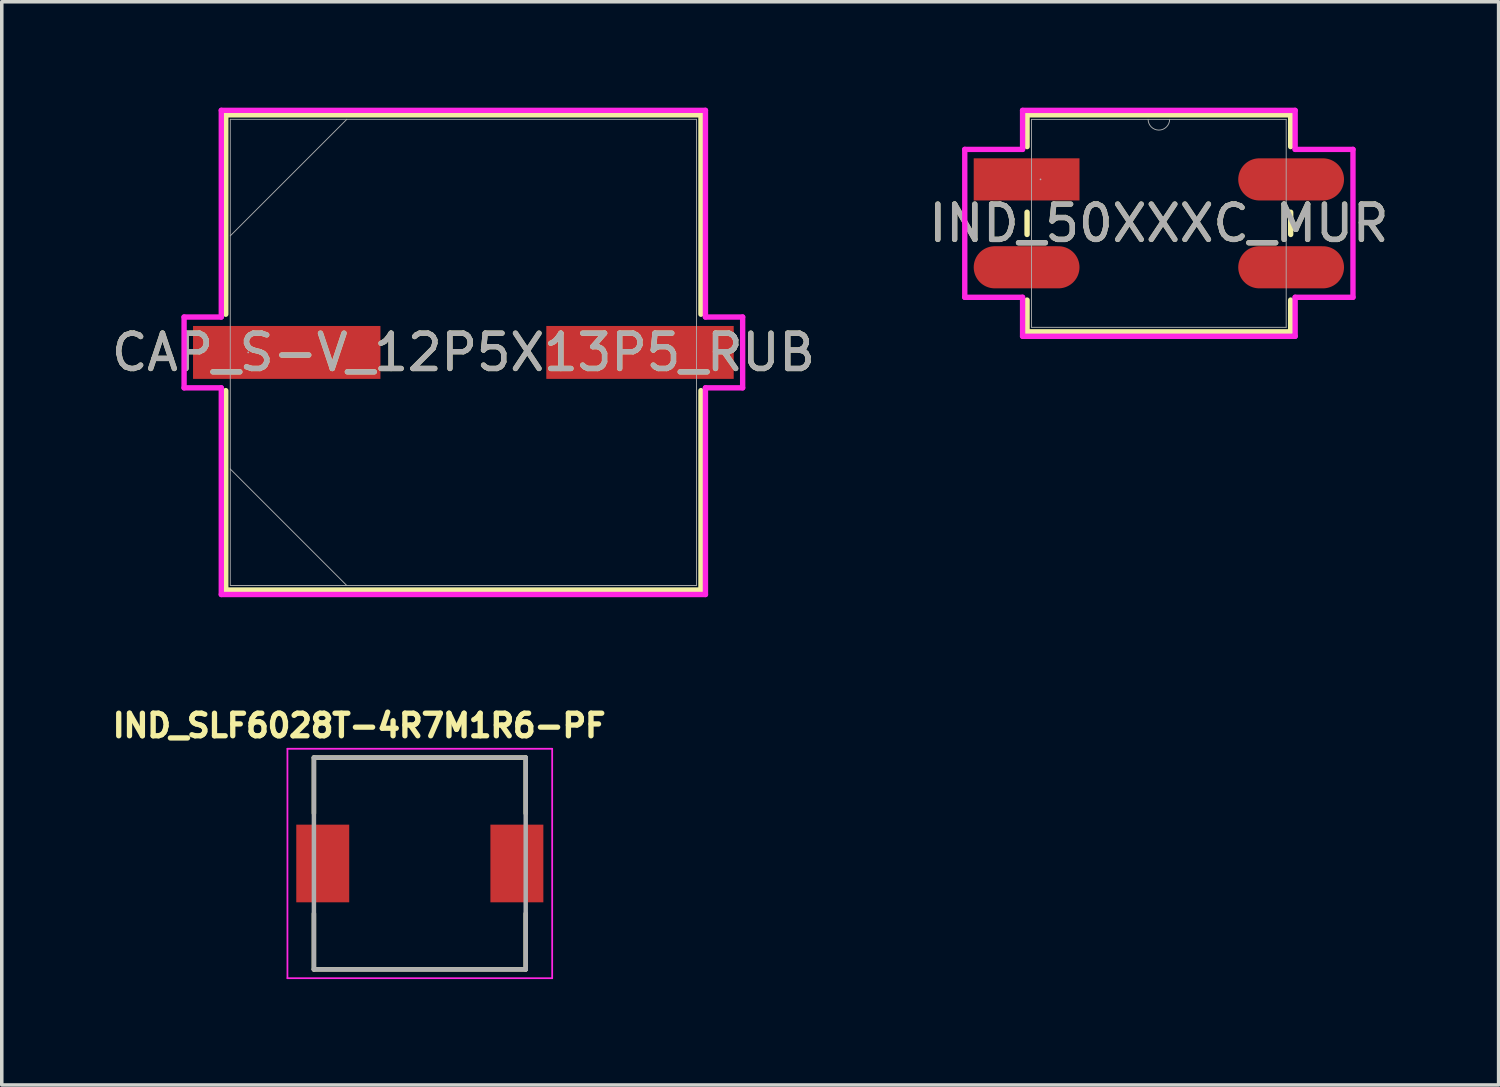
<source format=kicad_pcb>
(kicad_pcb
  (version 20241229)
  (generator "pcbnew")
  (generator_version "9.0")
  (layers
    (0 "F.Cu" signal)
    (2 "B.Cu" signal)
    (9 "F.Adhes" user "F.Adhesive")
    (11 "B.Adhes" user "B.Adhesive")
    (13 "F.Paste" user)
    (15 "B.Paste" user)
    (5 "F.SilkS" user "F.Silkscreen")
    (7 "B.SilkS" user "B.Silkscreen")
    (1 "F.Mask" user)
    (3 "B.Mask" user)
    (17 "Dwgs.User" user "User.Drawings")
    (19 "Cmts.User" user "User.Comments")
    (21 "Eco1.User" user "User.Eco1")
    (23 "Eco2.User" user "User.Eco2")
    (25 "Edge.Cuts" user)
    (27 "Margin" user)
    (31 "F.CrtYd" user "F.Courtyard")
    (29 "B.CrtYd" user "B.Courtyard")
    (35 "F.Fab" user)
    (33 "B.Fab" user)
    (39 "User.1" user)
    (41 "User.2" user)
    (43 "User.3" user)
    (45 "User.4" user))
  (footprint "CAP_S-V_12P5X13P5_RUB"
    (layer "F.Cu")
    (at 10.077 6.934)
    (property "Reference" "CAP_S-V_12P5X13P5_RUB" (at 0 0 0) (unlocked yes) (layer "F.SilkS") (effects (font (size 1 1) (thickness 0.15))))
    (attr smd)
    (fp_line (start -6.731 -6.731) (end -6.731 -1.082) (stroke (width 0.152) (type solid)) (layer "F.SilkS"))
    (fp_line (start -6.731 1.082) (end -6.731 6.731) (stroke (width 0.152) (type solid)) (layer "F.SilkS"))
    (fp_line (start -6.731 6.731) (end 6.731 6.731) (stroke (width 0.152) (type solid)) (layer "F.SilkS"))
    (fp_line (start 6.731 -6.731) (end -6.731 -6.731) (stroke (width 0.152) (type solid)) (layer "F.SilkS"))
    (fp_line (start 6.731 -1.082) (end 6.731 -6.731) (stroke (width 0.152) (type solid)) (layer "F.SilkS"))
    (fp_line (start 6.731 6.731) (end 6.731 1.082) (stroke (width 0.152) (type solid)) (layer "F.SilkS"))
    (fp_line (start -7.912 -1.003) (end -6.858 -1.003) (stroke (width 0.152) (type solid)) (layer "F.CrtYd"))
    (fp_line (start -7.912 1.003) (end -7.912 -1.003) (stroke (width 0.152) (type solid)) (layer "F.CrtYd"))
    (fp_line (start -6.858 -6.858) (end 6.858 -6.858) (stroke (width 0.152) (type solid)) (layer "F.CrtYd"))
    (fp_line (start -6.858 -1.003) (end -6.858 -6.858) (stroke (width 0.152) (type solid)) (layer "F.CrtYd"))
    (fp_line (start -6.858 1.003) (end -7.912 1.003) (stroke (width 0.152) (type solid)) (layer "F.CrtYd"))
    (fp_line (start -6.858 6.858) (end -6.858 1.003) (stroke (width 0.152) (type solid)) (layer "F.CrtYd"))
    (fp_line (start 6.858 -6.858) (end 6.858 -1.003) (stroke (width 0.152) (type solid)) (layer "F.CrtYd"))
    (fp_line (start 6.858 -1.003) (end 7.912 -1.003) (stroke (width 0.152) (type solid)) (layer "F.CrtYd"))
    (fp_line (start 6.858 1.003) (end 6.858 6.858) (stroke (width 0.152) (type solid)) (layer "F.CrtYd"))
    (fp_line (start 6.858 6.858) (end -6.858 6.858) (stroke (width 0.152) (type solid)) (layer "F.CrtYd"))
    (fp_line (start 7.912 -1.003) (end 7.912 1.003) (stroke (width 0.152) (type solid)) (layer "F.CrtYd"))
    (fp_line (start 7.912 1.003) (end 6.858 1.003) (stroke (width 0.152) (type solid)) (layer "F.CrtYd"))
    (fp_line (start -6.604 -6.604) (end -6.604 6.604) (stroke (width 0.025) (type solid)) (layer "F.Fab"))
    (fp_line (start -6.604 -3.302) (end -3.302 -6.604) (stroke (width 0.025) (type solid)) (layer "F.Fab"))
    (fp_line (start -6.604 3.302) (end -3.302 6.604) (stroke (width 0.025) (type solid)) (layer "F.Fab"))
    (fp_line (start -6.604 6.604) (end 6.604 6.604) (stroke (width 0.025) (type solid)) (layer "F.Fab"))
    (fp_line (start 6.604 -6.604) (end -6.604 -6.604) (stroke (width 0.025) (type solid)) (layer "F.Fab"))
    (fp_line (start 6.604 6.604) (end 6.604 -6.604) (stroke (width 0.025) (type solid)) (layer "F.Fab"))
    (fp_circle (center -6.096 0) (end -6.096 0) (stroke (width 0.025) (type solid)) (fill no) (layer "F.Fab"))
    (fp_text user "${REFERENCE}" (at 0 0 0) (unlocked yes) (layer "F.Fab") (effects (font (size 1 1) (thickness 0.15))))
    (pad "1" smd rect (at -5.004 0) (size 5.309 1.499) (layers "F.Cu" "F.Mask" "F.Paste"))
    (pad "2" smd rect (at 5.004 0) (size 5.309 1.499) (layers "F.Cu" "F.Mask" "F.Paste"))
    (zone (net_name "") (layer "F.Cu") (hatch full 0.508) (connect_pads) (min_thickness 0.254) (filled_areas_thickness no) (keepout (tracks not_allowed) (vias not_allowed) (pads allowed) (copperpour not_allowed) (footprints allowed)) (placement (enabled no)) (fill) (polygon (pts (xy 3.524 0.381) (xy 16.631 0.381) (xy 16.631 6.134) (xy 3.524 6.134))))
    (zone (net_name "") (layer "F.Cu") (hatch full 0.508) (connect_pads) (min_thickness 0.254) (filled_areas_thickness no) (keepout (tracks not_allowed) (vias not_allowed) (pads allowed) (copperpour not_allowed) (footprints allowed)) (placement (enabled no)) (fill) (polygon (pts (xy 3.524 7.734) (xy 16.631 7.734) (xy 16.631 13.487) (xy 3.524 13.487))))
    (zone (net_name "") (layer "F.Cu") (hatch full 0.508) (connect_pads) (min_thickness 0.254) (filled_areas_thickness no) (keepout (tracks not_allowed) (vias not_allowed) (pads allowed) (copperpour not_allowed) (footprints allowed)) (placement (enabled no)) (fill) (polygon (pts (xy 7.779 6.134) (xy 12.376 6.134) (xy 12.376 7.734) (xy 7.779 7.734)))))
  (footprint "IND_SLF6028T-4R7M1R6-PF"
    (layer "F.Cu")
    (at 8.843 21.412)
    (property "Reference" "IND_SLF6028T-4R7M1R6-PF" (at -1.718 -3.906 0) (layer "F.SilkS") (effects (font (size 0.64 0.64) (thickness 0.15))))
    (attr smd)
    (fp_line (start -3 -3) (end -3 -1.42) (stroke (width 0.127) (type solid)) (layer "F.SilkS"))
    (fp_line (start -3 -3) (end 3 -3) (stroke (width 0.127) (type solid)) (layer "F.SilkS"))
    (fp_line (start -3 3) (end -3 1.42) (stroke (width 0.127) (type solid)) (layer "F.SilkS"))
    (fp_line (start -3 3) (end 3 3) (stroke (width 0.127) (type solid)) (layer "F.SilkS"))
    (fp_line (start 3 -3) (end 3 -1.42) (stroke (width 0.127) (type solid)) (layer "F.SilkS"))
    (fp_line (start 3 3) (end 3 1.42) (stroke (width 0.127) (type solid)) (layer "F.SilkS"))
    (fp_line (start -3.75 -3.25) (end -3.75 3.25) (stroke (width 0.05) (type solid)) (layer "F.CrtYd"))
    (fp_line (start -3.75 3.25) (end 3.75 3.25) (stroke (width 0.05) (type solid)) (layer "F.CrtYd"))
    (fp_line (start 3.75 -3.25) (end -3.75 -3.25) (stroke (width 0.05) (type solid)) (layer "F.CrtYd"))
    (fp_line (start 3.75 3.25) (end 3.75 -3.25) (stroke (width 0.05) (type solid)) (layer "F.CrtYd"))
    (fp_line (start -3 -3) (end -3 3) (stroke (width 0.127) (type solid)) (layer "F.Fab"))
    (fp_line (start -3 -3) (end 3 -3) (stroke (width 0.127) (type solid)) (layer "F.Fab"))
    (fp_line (start -3 3) (end 3 3) (stroke (width 0.127) (type solid)) (layer "F.Fab"))
    (fp_line (start 3 -3) (end 3 3) (stroke (width 0.127) (type solid)) (layer "F.Fab"))
    (pad "1" smd rect (at -2.75 0) (size 1.5 2.2) (layers "F.Cu" "F.Mask" "F.Paste"))
    (pad "2" smd rect (at 2.75 0) (size 1.5 2.2) (layers "F.Cu" "F.Mask" "F.Paste")))
  (footprint "IND_50XXXC_MUR"
    (layer "F.Cu")
    (at 29.78 3.277)
    (property "Reference" "IND_50XXXC_MUR" (at 0 0 0) (unlocked yes) (layer "F.SilkS") (effects (font (size 1 1) (thickness 0.15))))
    (attr smd)
    (fp_line (start -3.734 -3.073) (end -3.734 -2.174) (stroke (width 0.152) (type solid)) (layer "F.SilkS"))
    (fp_line (start -3.734 -0.315) (end -3.734 0.315) (stroke (width 0.152) (type solid)) (layer "F.SilkS"))
    (fp_line (start -3.734 2.174) (end -3.734 3.073) (stroke (width 0.152) (type solid)) (layer "F.SilkS"))
    (fp_line (start -3.734 3.073) (end 3.734 3.073) (stroke (width 0.152) (type solid)) (layer "F.SilkS"))
    (fp_line (start 3.734 -3.073) (end -3.734 -3.073) (stroke (width 0.152) (type solid)) (layer "F.SilkS"))
    (fp_line (start 3.734 -2.174) (end 3.734 -3.073) (stroke (width 0.152) (type solid)) (layer "F.SilkS"))
    (fp_line (start 3.734 0.315) (end 3.734 -0.315) (stroke (width 0.152) (type solid)) (layer "F.SilkS"))
    (fp_line (start 3.734 3.073) (end 3.734 2.174) (stroke (width 0.152) (type solid)) (layer "F.SilkS"))
    (fp_line (start -5.499 -2.095) (end -3.861 -2.095) (stroke (width 0.152) (type solid)) (layer "F.CrtYd"))
    (fp_line (start -5.499 2.095) (end -5.499 -2.095) (stroke (width 0.152) (type solid)) (layer "F.CrtYd"))
    (fp_line (start -5.499 2.095) (end -3.861 2.095) (stroke (width 0.152) (type solid)) (layer "F.CrtYd"))
    (fp_line (start -3.861 -3.2) (end 3.861 -3.2) (stroke (width 0.152) (type solid)) (layer "F.CrtYd"))
    (fp_line (start -3.861 -2.095) (end -3.861 -3.2) (stroke (width 0.152) (type solid)) (layer "F.CrtYd"))
    (fp_line (start -3.861 3.2) (end -3.861 2.095) (stroke (width 0.152) (type solid)) (layer "F.CrtYd"))
    (fp_line (start 3.861 -3.2) (end 3.861 -2.095) (stroke (width 0.152) (type solid)) (layer "F.CrtYd"))
    (fp_line (start 3.861 2.095) (end 3.861 3.2) (stroke (width 0.152) (type solid)) (layer "F.CrtYd"))
    (fp_line (start 3.861 3.2) (end -3.861 3.2) (stroke (width 0.152) (type solid)) (layer "F.CrtYd"))
    (fp_line (start 5.499 -2.095) (end 3.861 -2.095) (stroke (width 0.152) (type solid)) (layer "F.CrtYd"))
    (fp_line (start 5.499 -2.095) (end 5.499 2.095) (stroke (width 0.152) (type solid)) (layer "F.CrtYd"))
    (fp_line (start 5.499 2.095) (end 3.861 2.095) (stroke (width 0.152) (type solid)) (layer "F.CrtYd"))
    (fp_line (start -3.607 -2.946) (end -3.607 2.946) (stroke (width 0.025) (type solid)) (layer "F.Fab"))
    (fp_line (start -3.607 2.946) (end 3.607 2.946) (stroke (width 0.025) (type solid)) (layer "F.Fab"))
    (fp_line (start 3.607 -2.946) (end -3.607 -2.946) (stroke (width 0.025) (type solid)) (layer "F.Fab"))
    (fp_line (start 3.607 2.946) (end 3.607 -2.946) (stroke (width 0.025) (type solid)) (layer "F.Fab"))
    (fp_arc (start 0.3048 -2.9464) (mid 0 -2.6416) (end -0.3048 -2.9464) (stroke (width 0.0254) (type solid)) (layer "F.Fab"))
    (fp_circle (center -3.353 -1.245) (end -3.353 -1.245) (stroke (width 0.025) (type solid)) (fill no) (layer "F.Fab"))
    (fp_text user "${REFERENCE}" (at 0 0 0) (unlocked yes) (layer "F.Fab") (effects (font (size 1 1) (thickness 0.15))))
    (pad "1" smd rect (at -3.747 -1.245) (size 2.997 1.194) (layers "F.Cu" "F.Mask" "F.Paste"))
    (pad "2" smd oval (at -3.747 1.245) (size 2.997 1.194) (layers "F.Cu" "F.Mask" "F.Paste"))
    (pad "3" smd oval (at 3.747 1.245) (size 2.997 1.194) (layers "F.Cu" "F.Mask" "F.Paste"))
    (pad "4" smd oval (at 3.747 -1.245) (size 2.997 1.194) (layers "F.Cu" "F.Mask" "F.Paste")))
  (gr_rect
    (start -3 -3)
    (end 39.405 27.687)
    (stroke (width 0.1) (type default))
    (fill no)
    (layer "Edge.Cuts")))
</source>
